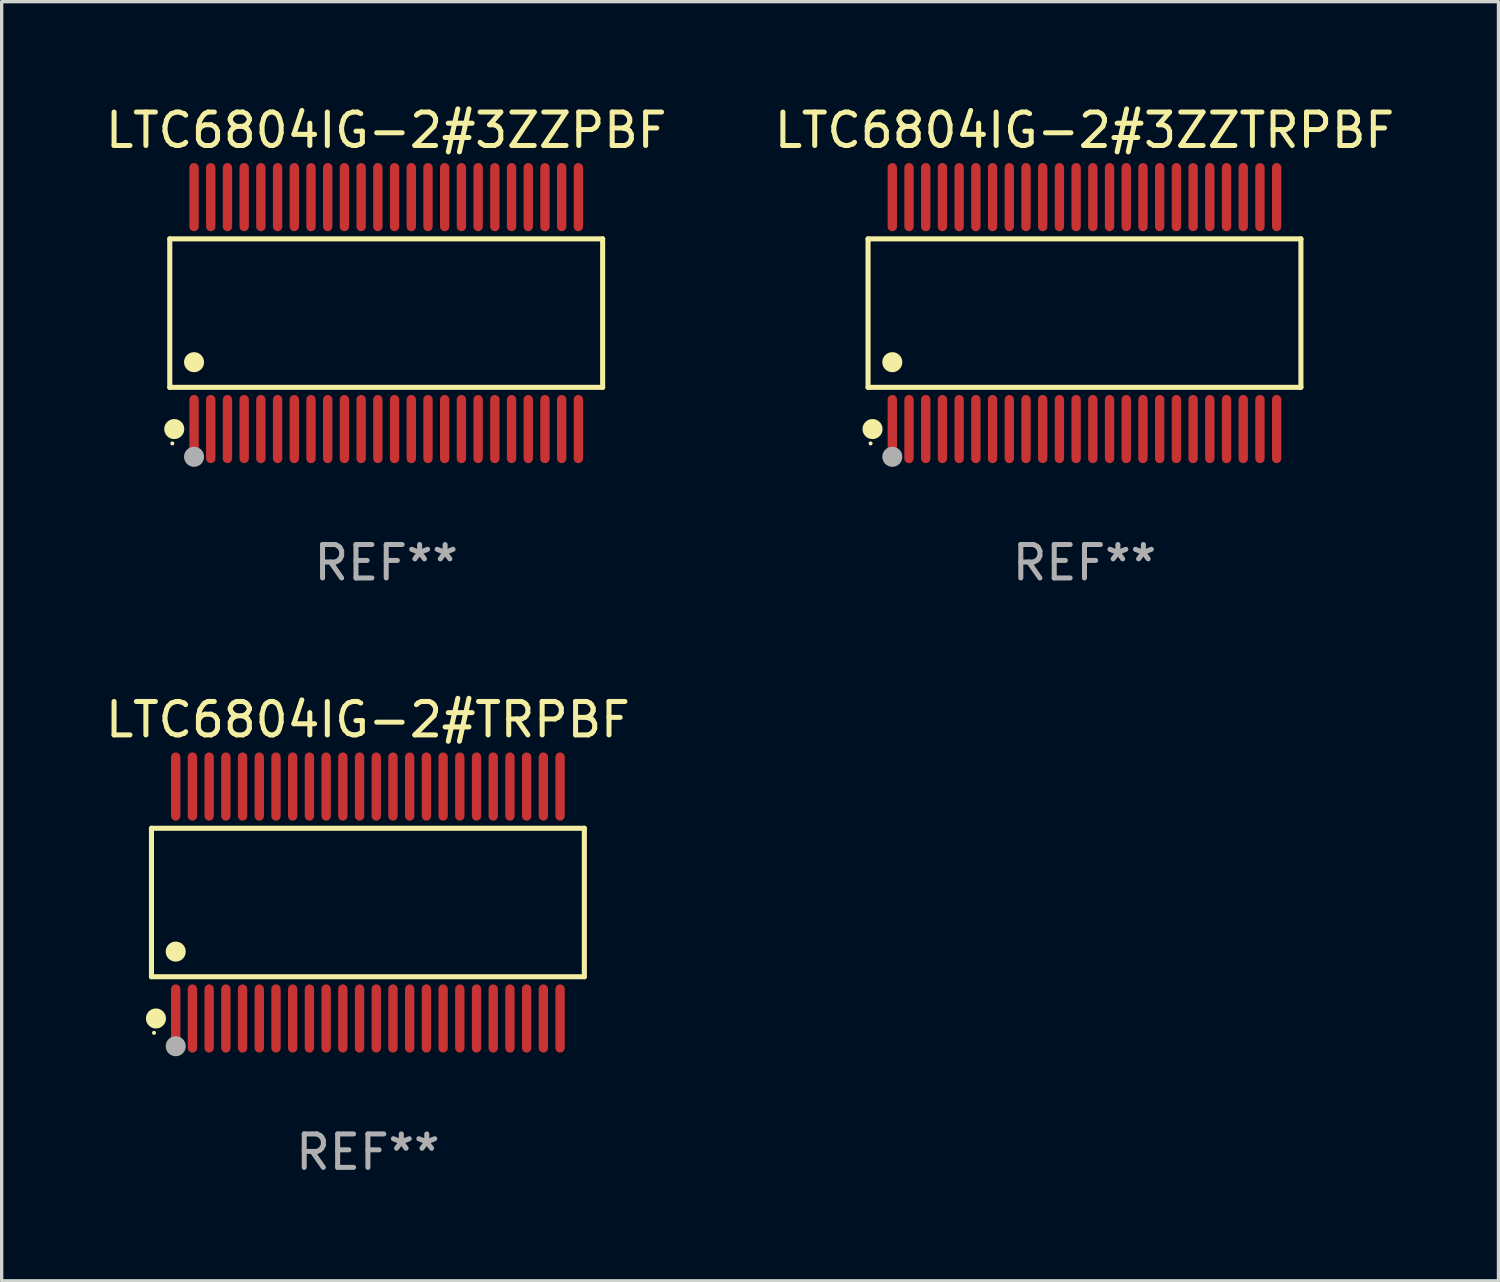
<source format=kicad_pcb>
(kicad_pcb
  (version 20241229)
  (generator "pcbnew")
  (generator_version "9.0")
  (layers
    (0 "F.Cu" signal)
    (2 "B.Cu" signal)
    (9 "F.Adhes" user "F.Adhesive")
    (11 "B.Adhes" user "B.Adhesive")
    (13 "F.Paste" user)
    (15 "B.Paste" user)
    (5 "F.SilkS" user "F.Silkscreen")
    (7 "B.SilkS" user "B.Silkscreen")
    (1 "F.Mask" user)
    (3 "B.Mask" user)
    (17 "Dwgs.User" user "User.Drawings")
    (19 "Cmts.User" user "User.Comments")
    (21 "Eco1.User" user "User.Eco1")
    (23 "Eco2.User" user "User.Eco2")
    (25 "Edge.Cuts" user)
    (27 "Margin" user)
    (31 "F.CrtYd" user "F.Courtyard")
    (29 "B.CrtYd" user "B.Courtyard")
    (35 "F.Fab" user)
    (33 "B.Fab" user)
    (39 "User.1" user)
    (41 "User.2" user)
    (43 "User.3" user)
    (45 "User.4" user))
  (footprint "LTC6804IG-2#3ZZPBF"
    (layer "F.Cu")
    (at 8.506 6.318)
    (property "Reference" "LTC6804IG-2#3ZZPBF" (at 0 -5.47 0) (layer "F.SilkS") (effects (font (size 1 1) (thickness 0.15))))
    (attr through_hole)
    (fp_line (start -6.476 -2.221) (end 6.476 -2.221) (stroke (width 0.152) (type solid)) (layer "F.SilkS"))
    (fp_line (start -6.476 2.221) (end -6.476 -2.221) (stroke (width 0.152) (type solid)) (layer "F.SilkS"))
    (fp_line (start 6.476 -2.221) (end 6.476 2.221) (stroke (width 0.152) (type solid)) (layer "F.SilkS"))
    (fp_line (start 6.476 2.221) (end -6.476 2.221) (stroke (width 0.152) (type solid)) (layer "F.SilkS"))
    (fp_circle (center -6.4 3.9) (end -6.37 3.9) (stroke (width 0.06) (type solid)) (fill no) (layer "F.SilkS"))
    (fp_circle (center -6.342 3.47) (end -6.192 3.47) (stroke (width 0.3) (type solid)) (fill no) (layer "F.SilkS"))
    (fp_circle (center -5.75 1.469) (end -5.6 1.469) (stroke (width 0.3) (type solid)) (fill no) (layer "F.SilkS"))
    (fp_circle (center -5.75 4.3) (end -5.6 4.3) (stroke (width 0.3) (type solid)) (fill no) (layer "F.Fab"))
    (fp_text user "REF**" (at 0 7.47 0) (layer "F.Fab") (effects (font (size 1 1) (thickness 0.15))))
    (pad "1" smd oval (at -5.75 3.47) (size 0.28 2.04) (layers "F.Cu" "F.Mask" "F.Paste"))
    (pad "2" smd oval (at -5.25 3.47) (size 0.28 2.04) (layers "F.Cu" "F.Mask" "F.Paste"))
    (pad "3" smd oval (at -4.75 3.47) (size 0.28 2.04) (layers "F.Cu" "F.Mask" "F.Paste"))
    (pad "4" smd oval (at -4.25 3.47) (size 0.28 2.04) (layers "F.Cu" "F.Mask" "F.Paste"))
    (pad "5" smd oval (at -3.75 3.47) (size 0.28 2.04) (layers "F.Cu" "F.Mask" "F.Paste"))
    (pad "6" smd oval (at -3.25 3.47) (size 0.28 2.04) (layers "F.Cu" "F.Mask" "F.Paste"))
    (pad "7" smd oval (at -2.75 3.47) (size 0.28 2.04) (layers "F.Cu" "F.Mask" "F.Paste"))
    (pad "8" smd oval (at -2.25 3.47) (size 0.28 2.04) (layers "F.Cu" "F.Mask" "F.Paste"))
    (pad "9" smd oval (at -1.75 3.47) (size 0.28 2.04) (layers "F.Cu" "F.Mask" "F.Paste"))
    (pad "10" smd oval (at -1.25 3.47) (size 0.28 2.04) (layers "F.Cu" "F.Mask" "F.Paste"))
    (pad "11" smd oval (at -0.75 3.47) (size 0.28 2.04) (layers "F.Cu" "F.Mask" "F.Paste"))
    (pad "12" smd oval (at -0.25 3.47) (size 0.28 2.04) (layers "F.Cu" "F.Mask" "F.Paste"))
    (pad "13" smd oval (at 0.25 3.47) (size 0.28 2.04) (layers "F.Cu" "F.Mask" "F.Paste"))
    (pad "14" smd oval (at 0.75 3.47) (size 0.28 2.04) (layers "F.Cu" "F.Mask" "F.Paste"))
    (pad "15" smd oval (at 1.25 3.47) (size 0.28 2.04) (layers "F.Cu" "F.Mask" "F.Paste"))
    (pad "16" smd oval (at 1.75 3.47) (size 0.28 2.04) (layers "F.Cu" "F.Mask" "F.Paste"))
    (pad "17" smd oval (at 2.25 3.47) (size 0.28 2.04) (layers "F.Cu" "F.Mask" "F.Paste"))
    (pad "18" smd oval (at 2.75 3.47) (size 0.28 2.04) (layers "F.Cu" "F.Mask" "F.Paste"))
    (pad "19" smd oval (at 3.25 3.47) (size 0.28 2.04) (layers "F.Cu" "F.Mask" "F.Paste"))
    (pad "20" smd oval (at 3.75 3.47) (size 0.28 2.04) (layers "F.Cu" "F.Mask" "F.Paste"))
    (pad "21" smd oval (at 4.25 3.47) (size 0.28 2.04) (layers "F.Cu" "F.Mask" "F.Paste"))
    (pad "22" smd oval (at 4.75 3.47) (size 0.28 2.04) (layers "F.Cu" "F.Mask" "F.Paste"))
    (pad "23" smd oval (at 5.25 3.47) (size 0.28 2.04) (layers "F.Cu" "F.Mask" "F.Paste"))
    (pad "24" smd oval (at 5.75 3.47) (size 0.28 2.04) (layers "F.Cu" "F.Mask" "F.Paste"))
    (pad "25" smd oval (at 5.75 -3.47) (size 0.28 2.04) (layers "F.Cu" "F.Mask" "F.Paste"))
    (pad "26" smd oval (at 5.25 -3.47) (size 0.28 2.04) (layers "F.Cu" "F.Mask" "F.Paste"))
    (pad "27" smd oval (at 4.75 -3.47) (size 0.28 2.04) (layers "F.Cu" "F.Mask" "F.Paste"))
    (pad "28" smd oval (at 4.25 -3.47) (size 0.28 2.04) (layers "F.Cu" "F.Mask" "F.Paste"))
    (pad "29" smd oval (at 3.75 -3.47) (size 0.28 2.04) (layers "F.Cu" "F.Mask" "F.Paste"))
    (pad "30" smd oval (at 3.25 -3.47) (size 0.28 2.04) (layers "F.Cu" "F.Mask" "F.Paste"))
    (pad "31" smd oval (at 2.75 -3.47) (size 0.28 2.04) (layers "F.Cu" "F.Mask" "F.Paste"))
    (pad "32" smd oval (at 2.25 -3.47) (size 0.28 2.04) (layers "F.Cu" "F.Mask" "F.Paste"))
    (pad "33" smd oval (at 1.75 -3.47) (size 0.28 2.04) (layers "F.Cu" "F.Mask" "F.Paste"))
    (pad "34" smd oval (at 1.25 -3.47) (size 0.28 2.04) (layers "F.Cu" "F.Mask" "F.Paste"))
    (pad "35" smd oval (at 0.75 -3.47) (size 0.28 2.04) (layers "F.Cu" "F.Mask" "F.Paste"))
    (pad "36" smd oval (at 0.25 -3.47) (size 0.28 2.04) (layers "F.Cu" "F.Mask" "F.Paste"))
    (pad "37" smd oval (at -0.25 -3.47) (size 0.28 2.04) (layers "F.Cu" "F.Mask" "F.Paste"))
    (pad "38" smd oval (at -0.75 -3.47) (size 0.28 2.04) (layers "F.Cu" "F.Mask" "F.Paste"))
    (pad "39" smd oval (at -1.25 -3.47) (size 0.28 2.04) (layers "F.Cu" "F.Mask" "F.Paste"))
    (pad "40" smd oval (at -1.75 -3.47) (size 0.28 2.04) (layers "F.Cu" "F.Mask" "F.Paste"))
    (pad "41" smd oval (at -2.25 -3.47) (size 0.28 2.04) (layers "F.Cu" "F.Mask" "F.Paste"))
    (pad "42" smd oval (at -2.75 -3.47) (size 0.28 2.04) (layers "F.Cu" "F.Mask" "F.Paste"))
    (pad "43" smd oval (at -3.25 -3.47) (size 0.28 2.04) (layers "F.Cu" "F.Mask" "F.Paste"))
    (pad "44" smd oval (at -3.75 -3.47) (size 0.28 2.04) (layers "F.Cu" "F.Mask" "F.Paste"))
    (pad "45" smd oval (at -4.25 -3.47) (size 0.28 2.04) (layers "F.Cu" "F.Mask" "F.Paste"))
    (pad "46" smd oval (at -4.75 -3.47) (size 0.28 2.04) (layers "F.Cu" "F.Mask" "F.Paste"))
    (pad "47" smd oval (at -5.25 -3.47) (size 0.28 2.04) (layers "F.Cu" "F.Mask" "F.Paste"))
    (pad "48" smd oval (at -5.75 -3.47) (size 0.28 2.04) (layers "F.Cu" "F.Mask" "F.Paste")))
  (footprint "LTC6804IG-2#3ZZTRPBF"
    (layer "F.Cu")
    (at 29.399 6.318)
    (property "Reference" "LTC6804IG-2#3ZZTRPBF" (at 0 -5.47 0) (layer "F.SilkS") (effects (font (size 1 1) (thickness 0.15))))
    (attr through_hole)
    (fp_line (start -6.476 -2.221) (end 6.476 -2.221) (stroke (width 0.152) (type solid)) (layer "F.SilkS"))
    (fp_line (start -6.476 2.221) (end -6.476 -2.221) (stroke (width 0.152) (type solid)) (layer "F.SilkS"))
    (fp_line (start 6.476 -2.221) (end 6.476 2.221) (stroke (width 0.152) (type solid)) (layer "F.SilkS"))
    (fp_line (start 6.476 2.221) (end -6.476 2.221) (stroke (width 0.152) (type solid)) (layer "F.SilkS"))
    (fp_circle (center -6.4 3.9) (end -6.37 3.9) (stroke (width 0.06) (type solid)) (fill no) (layer "F.SilkS"))
    (fp_circle (center -6.342 3.47) (end -6.192 3.47) (stroke (width 0.3) (type solid)) (fill no) (layer "F.SilkS"))
    (fp_circle (center -5.75 1.469) (end -5.6 1.469) (stroke (width 0.3) (type solid)) (fill no) (layer "F.SilkS"))
    (fp_circle (center -5.75 4.3) (end -5.6 4.3) (stroke (width 0.3) (type solid)) (fill no) (layer "F.Fab"))
    (fp_text user "REF**" (at 0 7.47 0) (layer "F.Fab") (effects (font (size 1 1) (thickness 0.15))))
    (pad "1" smd oval (at -5.75 3.47) (size 0.28 2.04) (layers "F.Cu" "F.Mask" "F.Paste"))
    (pad "2" smd oval (at -5.25 3.47) (size 0.28 2.04) (layers "F.Cu" "F.Mask" "F.Paste"))
    (pad "3" smd oval (at -4.75 3.47) (size 0.28 2.04) (layers "F.Cu" "F.Mask" "F.Paste"))
    (pad "4" smd oval (at -4.25 3.47) (size 0.28 2.04) (layers "F.Cu" "F.Mask" "F.Paste"))
    (pad "5" smd oval (at -3.75 3.47) (size 0.28 2.04) (layers "F.Cu" "F.Mask" "F.Paste"))
    (pad "6" smd oval (at -3.25 3.47) (size 0.28 2.04) (layers "F.Cu" "F.Mask" "F.Paste"))
    (pad "7" smd oval (at -2.75 3.47) (size 0.28 2.04) (layers "F.Cu" "F.Mask" "F.Paste"))
    (pad "8" smd oval (at -2.25 3.47) (size 0.28 2.04) (layers "F.Cu" "F.Mask" "F.Paste"))
    (pad "9" smd oval (at -1.75 3.47) (size 0.28 2.04) (layers "F.Cu" "F.Mask" "F.Paste"))
    (pad "10" smd oval (at -1.25 3.47) (size 0.28 2.04) (layers "F.Cu" "F.Mask" "F.Paste"))
    (pad "11" smd oval (at -0.75 3.47) (size 0.28 2.04) (layers "F.Cu" "F.Mask" "F.Paste"))
    (pad "12" smd oval (at -0.25 3.47) (size 0.28 2.04) (layers "F.Cu" "F.Mask" "F.Paste"))
    (pad "13" smd oval (at 0.25 3.47) (size 0.28 2.04) (layers "F.Cu" "F.Mask" "F.Paste"))
    (pad "14" smd oval (at 0.75 3.47) (size 0.28 2.04) (layers "F.Cu" "F.Mask" "F.Paste"))
    (pad "15" smd oval (at 1.25 3.47) (size 0.28 2.04) (layers "F.Cu" "F.Mask" "F.Paste"))
    (pad "16" smd oval (at 1.75 3.47) (size 0.28 2.04) (layers "F.Cu" "F.Mask" "F.Paste"))
    (pad "17" smd oval (at 2.25 3.47) (size 0.28 2.04) (layers "F.Cu" "F.Mask" "F.Paste"))
    (pad "18" smd oval (at 2.75 3.47) (size 0.28 2.04) (layers "F.Cu" "F.Mask" "F.Paste"))
    (pad "19" smd oval (at 3.25 3.47) (size 0.28 2.04) (layers "F.Cu" "F.Mask" "F.Paste"))
    (pad "20" smd oval (at 3.75 3.47) (size 0.28 2.04) (layers "F.Cu" "F.Mask" "F.Paste"))
    (pad "21" smd oval (at 4.25 3.47) (size 0.28 2.04) (layers "F.Cu" "F.Mask" "F.Paste"))
    (pad "22" smd oval (at 4.75 3.47) (size 0.28 2.04) (layers "F.Cu" "F.Mask" "F.Paste"))
    (pad "23" smd oval (at 5.25 3.47) (size 0.28 2.04) (layers "F.Cu" "F.Mask" "F.Paste"))
    (pad "24" smd oval (at 5.75 3.47) (size 0.28 2.04) (layers "F.Cu" "F.Mask" "F.Paste"))
    (pad "25" smd oval (at 5.75 -3.47) (size 0.28 2.04) (layers "F.Cu" "F.Mask" "F.Paste"))
    (pad "26" smd oval (at 5.25 -3.47) (size 0.28 2.04) (layers "F.Cu" "F.Mask" "F.Paste"))
    (pad "27" smd oval (at 4.75 -3.47) (size 0.28 2.04) (layers "F.Cu" "F.Mask" "F.Paste"))
    (pad "28" smd oval (at 4.25 -3.47) (size 0.28 2.04) (layers "F.Cu" "F.Mask" "F.Paste"))
    (pad "29" smd oval (at 3.75 -3.47) (size 0.28 2.04) (layers "F.Cu" "F.Mask" "F.Paste"))
    (pad "30" smd oval (at 3.25 -3.47) (size 0.28 2.04) (layers "F.Cu" "F.Mask" "F.Paste"))
    (pad "31" smd oval (at 2.75 -3.47) (size 0.28 2.04) (layers "F.Cu" "F.Mask" "F.Paste"))
    (pad "32" smd oval (at 2.25 -3.47) (size 0.28 2.04) (layers "F.Cu" "F.Mask" "F.Paste"))
    (pad "33" smd oval (at 1.75 -3.47) (size 0.28 2.04) (layers "F.Cu" "F.Mask" "F.Paste"))
    (pad "34" smd oval (at 1.25 -3.47) (size 0.28 2.04) (layers "F.Cu" "F.Mask" "F.Paste"))
    (pad "35" smd oval (at 0.75 -3.47) (size 0.28 2.04) (layers "F.Cu" "F.Mask" "F.Paste"))
    (pad "36" smd oval (at 0.25 -3.47) (size 0.28 2.04) (layers "F.Cu" "F.Mask" "F.Paste"))
    (pad "37" smd oval (at -0.25 -3.47) (size 0.28 2.04) (layers "F.Cu" "F.Mask" "F.Paste"))
    (pad "38" smd oval (at -0.75 -3.47) (size 0.28 2.04) (layers "F.Cu" "F.Mask" "F.Paste"))
    (pad "39" smd oval (at -1.25 -3.47) (size 0.28 2.04) (layers "F.Cu" "F.Mask" "F.Paste"))
    (pad "40" smd oval (at -1.75 -3.47) (size 0.28 2.04) (layers "F.Cu" "F.Mask" "F.Paste"))
    (pad "41" smd oval (at -2.25 -3.47) (size 0.28 2.04) (layers "F.Cu" "F.Mask" "F.Paste"))
    (pad "42" smd oval (at -2.75 -3.47) (size 0.28 2.04) (layers "F.Cu" "F.Mask" "F.Paste"))
    (pad "43" smd oval (at -3.25 -3.47) (size 0.28 2.04) (layers "F.Cu" "F.Mask" "F.Paste"))
    (pad "44" smd oval (at -3.75 -3.47) (size 0.28 2.04) (layers "F.Cu" "F.Mask" "F.Paste"))
    (pad "45" smd oval (at -4.25 -3.47) (size 0.28 2.04) (layers "F.Cu" "F.Mask" "F.Paste"))
    (pad "46" smd oval (at -4.75 -3.47) (size 0.28 2.04) (layers "F.Cu" "F.Mask" "F.Paste"))
    (pad "47" smd oval (at -5.25 -3.47) (size 0.28 2.04) (layers "F.Cu" "F.Mask" "F.Paste"))
    (pad "48" smd oval (at -5.75 -3.47) (size 0.28 2.04) (layers "F.Cu" "F.Mask" "F.Paste")))
  (footprint "LTC6804IG-2#TRPBF"
    (layer "F.Cu")
    (at 7.958 23.954)
    (property "Reference" "LTC6804IG-2#TRPBF" (at 0 -5.47 0) (layer "F.SilkS") (effects (font (size 1 1) (thickness 0.15))))
    (attr through_hole)
    (fp_line (start -6.476 -2.221) (end 6.476 -2.221) (stroke (width 0.152) (type solid)) (layer "F.SilkS"))
    (fp_line (start -6.476 2.221) (end -6.476 -2.221) (stroke (width 0.152) (type solid)) (layer "F.SilkS"))
    (fp_line (start 6.476 -2.221) (end 6.476 2.221) (stroke (width 0.152) (type solid)) (layer "F.SilkS"))
    (fp_line (start 6.476 2.221) (end -6.476 2.221) (stroke (width 0.152) (type solid)) (layer "F.SilkS"))
    (fp_circle (center -6.4 3.9) (end -6.37 3.9) (stroke (width 0.06) (type solid)) (fill no) (layer "F.SilkS"))
    (fp_circle (center -6.342 3.47) (end -6.192 3.47) (stroke (width 0.3) (type solid)) (fill no) (layer "F.SilkS"))
    (fp_circle (center -5.75 1.469) (end -5.6 1.469) (stroke (width 0.3) (type solid)) (fill no) (layer "F.SilkS"))
    (fp_circle (center -5.75 4.3) (end -5.6 4.3) (stroke (width 0.3) (type solid)) (fill no) (layer "F.Fab"))
    (fp_text user "REF**" (at 0 7.47 0) (layer "F.Fab") (effects (font (size 1 1) (thickness 0.15))))
    (pad "1" smd oval (at -5.75 3.47) (size 0.28 2.04) (layers "F.Cu" "F.Mask" "F.Paste"))
    (pad "2" smd oval (at -5.25 3.47) (size 0.28 2.04) (layers "F.Cu" "F.Mask" "F.Paste"))
    (pad "3" smd oval (at -4.75 3.47) (size 0.28 2.04) (layers "F.Cu" "F.Mask" "F.Paste"))
    (pad "4" smd oval (at -4.25 3.47) (size 0.28 2.04) (layers "F.Cu" "F.Mask" "F.Paste"))
    (pad "5" smd oval (at -3.75 3.47) (size 0.28 2.04) (layers "F.Cu" "F.Mask" "F.Paste"))
    (pad "6" smd oval (at -3.25 3.47) (size 0.28 2.04) (layers "F.Cu" "F.Mask" "F.Paste"))
    (pad "7" smd oval (at -2.75 3.47) (size 0.28 2.04) (layers "F.Cu" "F.Mask" "F.Paste"))
    (pad "8" smd oval (at -2.25 3.47) (size 0.28 2.04) (layers "F.Cu" "F.Mask" "F.Paste"))
    (pad "9" smd oval (at -1.75 3.47) (size 0.28 2.04) (layers "F.Cu" "F.Mask" "F.Paste"))
    (pad "10" smd oval (at -1.25 3.47) (size 0.28 2.04) (layers "F.Cu" "F.Mask" "F.Paste"))
    (pad "11" smd oval (at -0.75 3.47) (size 0.28 2.04) (layers "F.Cu" "F.Mask" "F.Paste"))
    (pad "12" smd oval (at -0.25 3.47) (size 0.28 2.04) (layers "F.Cu" "F.Mask" "F.Paste"))
    (pad "13" smd oval (at 0.25 3.47) (size 0.28 2.04) (layers "F.Cu" "F.Mask" "F.Paste"))
    (pad "14" smd oval (at 0.75 3.47) (size 0.28 2.04) (layers "F.Cu" "F.Mask" "F.Paste"))
    (pad "15" smd oval (at 1.25 3.47) (size 0.28 2.04) (layers "F.Cu" "F.Mask" "F.Paste"))
    (pad "16" smd oval (at 1.75 3.47) (size 0.28 2.04) (layers "F.Cu" "F.Mask" "F.Paste"))
    (pad "17" smd oval (at 2.25 3.47) (size 0.28 2.04) (layers "F.Cu" "F.Mask" "F.Paste"))
    (pad "18" smd oval (at 2.75 3.47) (size 0.28 2.04) (layers "F.Cu" "F.Mask" "F.Paste"))
    (pad "19" smd oval (at 3.25 3.47) (size 0.28 2.04) (layers "F.Cu" "F.Mask" "F.Paste"))
    (pad "20" smd oval (at 3.75 3.47) (size 0.28 2.04) (layers "F.Cu" "F.Mask" "F.Paste"))
    (pad "21" smd oval (at 4.25 3.47) (size 0.28 2.04) (layers "F.Cu" "F.Mask" "F.Paste"))
    (pad "22" smd oval (at 4.75 3.47) (size 0.28 2.04) (layers "F.Cu" "F.Mask" "F.Paste"))
    (pad "23" smd oval (at 5.25 3.47) (size 0.28 2.04) (layers "F.Cu" "F.Mask" "F.Paste"))
    (pad "24" smd oval (at 5.75 3.47) (size 0.28 2.04) (layers "F.Cu" "F.Mask" "F.Paste"))
    (pad "25" smd oval (at 5.75 -3.47) (size 0.28 2.04) (layers "F.Cu" "F.Mask" "F.Paste"))
    (pad "26" smd oval (at 5.25 -3.47) (size 0.28 2.04) (layers "F.Cu" "F.Mask" "F.Paste"))
    (pad "27" smd oval (at 4.75 -3.47) (size 0.28 2.04) (layers "F.Cu" "F.Mask" "F.Paste"))
    (pad "28" smd oval (at 4.25 -3.47) (size 0.28 2.04) (layers "F.Cu" "F.Mask" "F.Paste"))
    (pad "29" smd oval (at 3.75 -3.47) (size 0.28 2.04) (layers "F.Cu" "F.Mask" "F.Paste"))
    (pad "30" smd oval (at 3.25 -3.47) (size 0.28 2.04) (layers "F.Cu" "F.Mask" "F.Paste"))
    (pad "31" smd oval (at 2.75 -3.47) (size 0.28 2.04) (layers "F.Cu" "F.Mask" "F.Paste"))
    (pad "32" smd oval (at 2.25 -3.47) (size 0.28 2.04) (layers "F.Cu" "F.Mask" "F.Paste"))
    (pad "33" smd oval (at 1.75 -3.47) (size 0.28 2.04) (layers "F.Cu" "F.Mask" "F.Paste"))
    (pad "34" smd oval (at 1.25 -3.47) (size 0.28 2.04) (layers "F.Cu" "F.Mask" "F.Paste"))
    (pad "35" smd oval (at 0.75 -3.47) (size 0.28 2.04) (layers "F.Cu" "F.Mask" "F.Paste"))
    (pad "36" smd oval (at 0.25 -3.47) (size 0.28 2.04) (layers "F.Cu" "F.Mask" "F.Paste"))
    (pad "37" smd oval (at -0.25 -3.47) (size 0.28 2.04) (layers "F.Cu" "F.Mask" "F.Paste"))
    (pad "38" smd oval (at -0.75 -3.47) (size 0.28 2.04) (layers "F.Cu" "F.Mask" "F.Paste"))
    (pad "39" smd oval (at -1.25 -3.47) (size 0.28 2.04) (layers "F.Cu" "F.Mask" "F.Paste"))
    (pad "40" smd oval (at -1.75 -3.47) (size 0.28 2.04) (layers "F.Cu" "F.Mask" "F.Paste"))
    (pad "41" smd oval (at -2.25 -3.47) (size 0.28 2.04) (layers "F.Cu" "F.Mask" "F.Paste"))
    (pad "42" smd oval (at -2.75 -3.47) (size 0.28 2.04) (layers "F.Cu" "F.Mask" "F.Paste"))
    (pad "43" smd oval (at -3.25 -3.47) (size 0.28 2.04) (layers "F.Cu" "F.Mask" "F.Paste"))
    (pad "44" smd oval (at -3.75 -3.47) (size 0.28 2.04) (layers "F.Cu" "F.Mask" "F.Paste"))
    (pad "45" smd oval (at -4.25 -3.47) (size 0.28 2.04) (layers "F.Cu" "F.Mask" "F.Paste"))
    (pad "46" smd oval (at -4.75 -3.47) (size 0.28 2.04) (layers "F.Cu" "F.Mask" "F.Paste"))
    (pad "47" smd oval (at -5.25 -3.47) (size 0.28 2.04) (layers "F.Cu" "F.Mask" "F.Paste"))
    (pad "48" smd oval (at -5.75 -3.47) (size 0.28 2.04) (layers "F.Cu" "F.Mask" "F.Paste")))
  (gr_rect
    (start -3 -3)
    (end 41.786 35.273)
    (stroke (width 0.1) (type default))
    (fill no)
    (layer "Edge.Cuts")))
</source>
